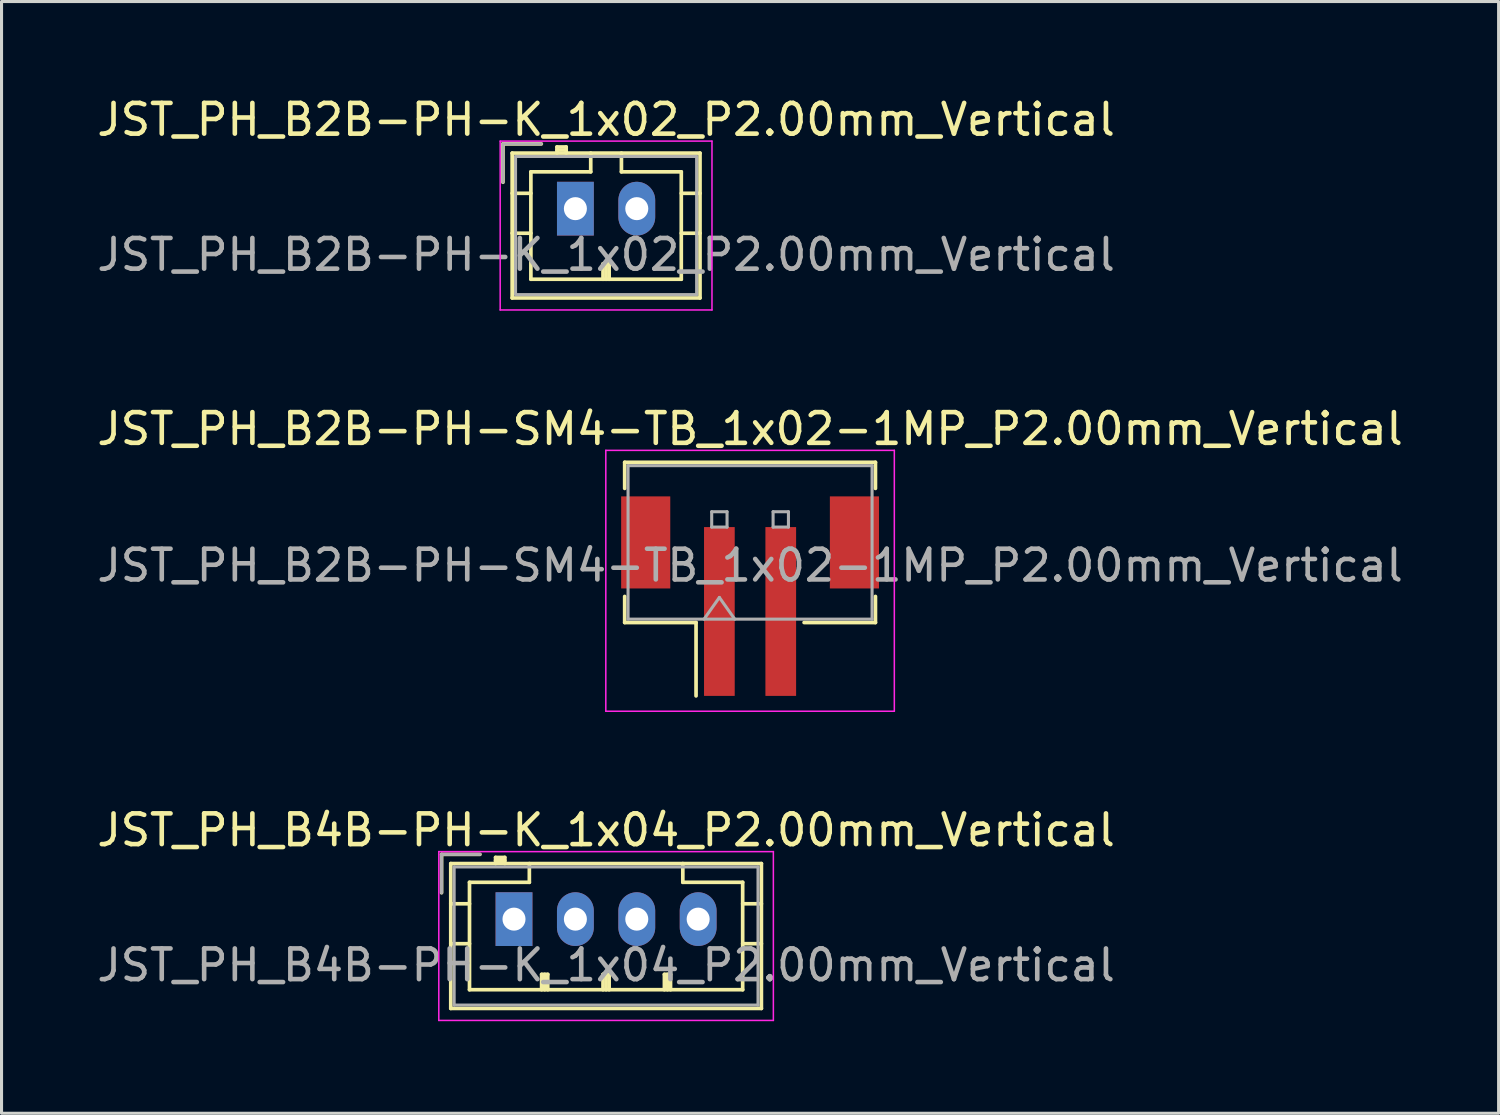
<source format=kicad_pcb>
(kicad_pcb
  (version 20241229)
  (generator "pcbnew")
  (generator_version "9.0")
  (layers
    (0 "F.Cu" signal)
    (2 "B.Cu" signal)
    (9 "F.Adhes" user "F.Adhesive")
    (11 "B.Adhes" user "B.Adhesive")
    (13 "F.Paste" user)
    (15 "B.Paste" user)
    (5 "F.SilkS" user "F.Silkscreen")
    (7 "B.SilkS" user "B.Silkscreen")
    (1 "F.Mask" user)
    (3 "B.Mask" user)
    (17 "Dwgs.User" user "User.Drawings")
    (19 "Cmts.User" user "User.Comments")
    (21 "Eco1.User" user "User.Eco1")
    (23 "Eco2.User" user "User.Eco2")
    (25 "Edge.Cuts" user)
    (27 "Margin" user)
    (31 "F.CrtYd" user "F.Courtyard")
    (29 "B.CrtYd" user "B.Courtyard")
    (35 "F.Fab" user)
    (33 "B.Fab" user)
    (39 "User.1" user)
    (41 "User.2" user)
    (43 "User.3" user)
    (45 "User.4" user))
  (footprint "JST_PH_B4B-PH-K_1x04_P2.00mm_Vertical"
    (layer "F.Cu")
    (at 13.696 26.895)
    (property "Reference" "JST_PH_B4B-PH-K_1x04_P2.00mm_Vertical" (at 3 -2.9 0) (layer "F.SilkS") (effects (font (size 1 1) (thickness 0.15))))
    (attr through_hole)
    (fp_line (start -2.36 -2.11) (end -2.36 -0.86) (stroke (width 0.12) (type solid)) (layer "F.SilkS"))
    (fp_line (start -2.06 -1.81) (end -2.06 2.91) (stroke (width 0.12) (type solid)) (layer "F.SilkS"))
    (fp_line (start -2.06 -0.5) (end -1.45 -0.5) (stroke (width 0.12) (type solid)) (layer "F.SilkS"))
    (fp_line (start -2.06 0.8) (end -1.45 0.8) (stroke (width 0.12) (type solid)) (layer "F.SilkS"))
    (fp_line (start -2.06 2.91) (end 8.06 2.91) (stroke (width 0.12) (type solid)) (layer "F.SilkS"))
    (fp_line (start -1.45 -1.2) (end -1.45 2.3) (stroke (width 0.12) (type solid)) (layer "F.SilkS"))
    (fp_line (start -1.45 2.3) (end 7.45 2.3) (stroke (width 0.12) (type solid)) (layer "F.SilkS"))
    (fp_line (start -1.11 -2.11) (end -2.36 -2.11) (stroke (width 0.12) (type solid)) (layer "F.SilkS"))
    (fp_line (start -0.6 -2.01) (end -0.6 -1.81) (stroke (width 0.12) (type solid)) (layer "F.SilkS"))
    (fp_line (start -0.3 -2.01) (end -0.6 -2.01) (stroke (width 0.12) (type solid)) (layer "F.SilkS"))
    (fp_line (start -0.3 -1.91) (end -0.6 -1.91) (stroke (width 0.12) (type solid)) (layer "F.SilkS"))
    (fp_line (start -0.3 -1.81) (end -0.3 -2.01) (stroke (width 0.12) (type solid)) (layer "F.SilkS"))
    (fp_line (start 0.5 -1.81) (end 0.5 -1.2) (stroke (width 0.12) (type solid)) (layer "F.SilkS"))
    (fp_line (start 0.5 -1.2) (end -1.45 -1.2) (stroke (width 0.12) (type solid)) (layer "F.SilkS"))
    (fp_line (start 0.9 1.8) (end 1.1 1.8) (stroke (width 0.12) (type solid)) (layer "F.SilkS"))
    (fp_line (start 0.9 2.3) (end 0.9 1.8) (stroke (width 0.12) (type solid)) (layer "F.SilkS"))
    (fp_line (start 1 2.3) (end 1 1.8) (stroke (width 0.12) (type solid)) (layer "F.SilkS"))
    (fp_line (start 1.1 1.8) (end 1.1 2.3) (stroke (width 0.12) (type solid)) (layer "F.SilkS"))
    (fp_line (start 2.9 1.8) (end 3.1 1.8) (stroke (width 0.12) (type solid)) (layer "F.SilkS"))
    (fp_line (start 2.9 2.3) (end 2.9 1.8) (stroke (width 0.12) (type solid)) (layer "F.SilkS"))
    (fp_line (start 3 2.3) (end 3 1.8) (stroke (width 0.12) (type solid)) (layer "F.SilkS"))
    (fp_line (start 3.1 1.8) (end 3.1 2.3) (stroke (width 0.12) (type solid)) (layer "F.SilkS"))
    (fp_line (start 4.9 1.8) (end 5.1 1.8) (stroke (width 0.12) (type solid)) (layer "F.SilkS"))
    (fp_line (start 4.9 2.3) (end 4.9 1.8) (stroke (width 0.12) (type solid)) (layer "F.SilkS"))
    (fp_line (start 5 2.3) (end 5 1.8) (stroke (width 0.12) (type solid)) (layer "F.SilkS"))
    (fp_line (start 5.1 1.8) (end 5.1 2.3) (stroke (width 0.12) (type solid)) (layer "F.SilkS"))
    (fp_line (start 5.5 -1.2) (end 5.5 -1.81) (stroke (width 0.12) (type solid)) (layer "F.SilkS"))
    (fp_line (start 7.45 -1.2) (end 5.5 -1.2) (stroke (width 0.12) (type solid)) (layer "F.SilkS"))
    (fp_line (start 7.45 2.3) (end 7.45 -1.2) (stroke (width 0.12) (type solid)) (layer "F.SilkS"))
    (fp_line (start 8.06 -1.81) (end -2.06 -1.81) (stroke (width 0.12) (type solid)) (layer "F.SilkS"))
    (fp_line (start 8.06 -0.5) (end 7.45 -0.5) (stroke (width 0.12) (type solid)) (layer "F.SilkS"))
    (fp_line (start 8.06 0.8) (end 7.45 0.8) (stroke (width 0.12) (type solid)) (layer "F.SilkS"))
    (fp_line (start 8.06 2.91) (end 8.06 -1.81) (stroke (width 0.12) (type solid)) (layer "F.SilkS"))
    (fp_line (start -2.45 -2.2) (end -2.45 3.3) (stroke (width 0.05) (type solid)) (layer "F.CrtYd"))
    (fp_line (start -2.45 3.3) (end 8.45 3.3) (stroke (width 0.05) (type solid)) (layer "F.CrtYd"))
    (fp_line (start 8.45 -2.2) (end -2.45 -2.2) (stroke (width 0.05) (type solid)) (layer "F.CrtYd"))
    (fp_line (start 8.45 3.3) (end 8.45 -2.2) (stroke (width 0.05) (type solid)) (layer "F.CrtYd"))
    (fp_line (start -2.36 -2.11) (end -2.36 -0.86) (stroke (width 0.1) (type solid)) (layer "F.Fab"))
    (fp_line (start -1.95 -1.7) (end -1.95 2.8) (stroke (width 0.1) (type solid)) (layer "F.Fab"))
    (fp_line (start -1.95 2.8) (end 7.95 2.8) (stroke (width 0.1) (type solid)) (layer "F.Fab"))
    (fp_line (start -1.11 -2.11) (end -2.36 -2.11) (stroke (width 0.1) (type solid)) (layer "F.Fab"))
    (fp_line (start 7.95 -1.7) (end -1.95 -1.7) (stroke (width 0.1) (type solid)) (layer "F.Fab"))
    (fp_line (start 7.95 2.8) (end 7.95 -1.7) (stroke (width 0.1) (type solid)) (layer "F.Fab"))
    (fp_text user "${REFERENCE}" (at 3 1.5 0) (layer "F.Fab") (effects (font (size 1 1) (thickness 0.15))))
    (pad "1" thru_hole rect (at 0 0) (size 1.2 1.75) (drill 0.75) (layers "*.Cu" "*.Mask"))
    (pad "2" thru_hole oval (at 2 0) (size 1.2 1.75) (drill 0.75) (layers "*.Cu" "*.Mask"))
    (pad "3" thru_hole oval (at 4 0) (size 1.2 1.75) (drill 0.75) (layers "*.Cu" "*.Mask"))
    (pad "4" thru_hole oval (at 6 0) (size 1.2 1.75) (drill 0.75) (layers "*.Cu" "*.Mask")))
  (footprint "JST_PH_B2B-PH-SM4-TB_1x02-1MP_P2.00mm_Vertical"
    (layer "F.Cu")
    (at 21.387 16.372)
    (property "Reference" "JST_PH_B2B-PH-SM4-TB_1x02-1MP_P2.00mm_Vertical" (at 0 -5.45 0) (layer "F.SilkS") (effects (font (size 1 1) (thickness 0.15))))
    (attr smd)
    (fp_line (start -4.085 -4.36) (end 4.085 -4.36) (stroke (width 0.12) (type solid)) (layer "F.SilkS"))
    (fp_line (start -4.085 -3.51) (end -4.085 -4.36) (stroke (width 0.12) (type solid)) (layer "F.SilkS"))
    (fp_line (start -4.085 0.01) (end -4.085 0.86) (stroke (width 0.12) (type solid)) (layer "F.SilkS"))
    (fp_line (start -4.085 0.86) (end -1.76 0.86) (stroke (width 0.12) (type solid)) (layer "F.SilkS"))
    (fp_line (start -1.76 0.86) (end -1.76 3.25) (stroke (width 0.12) (type solid)) (layer "F.SilkS"))
    (fp_line (start 4.085 -4.36) (end 4.085 -3.51) (stroke (width 0.12) (type solid)) (layer "F.SilkS"))
    (fp_line (start 4.085 0.01) (end 4.085 0.86) (stroke (width 0.12) (type solid)) (layer "F.SilkS"))
    (fp_line (start 4.085 0.86) (end 1.76 0.86) (stroke (width 0.12) (type solid)) (layer "F.SilkS"))
    (fp_line (start -4.7 -4.75) (end -4.7 3.75) (stroke (width 0.05) (type solid)) (layer "F.CrtYd"))
    (fp_line (start -4.7 3.75) (end 4.7 3.75) (stroke (width 0.05) (type solid)) (layer "F.CrtYd"))
    (fp_line (start 4.7 -4.75) (end -4.7 -4.75) (stroke (width 0.05) (type solid)) (layer "F.CrtYd"))
    (fp_line (start 4.7 3.75) (end 4.7 -4.75) (stroke (width 0.05) (type solid)) (layer "F.CrtYd"))
    (fp_line (start -3.975 -4.25) (end 3.975 -4.25) (stroke (width 0.1) (type solid)) (layer "F.Fab"))
    (fp_line (start -3.975 0.75) (end -3.975 -4.25) (stroke (width 0.1) (type solid)) (layer "F.Fab"))
    (fp_line (start -3.975 0.75) (end 3.975 0.75) (stroke (width 0.1) (type solid)) (layer "F.Fab"))
    (fp_line (start -1.5 0.75) (end -1 0.043) (stroke (width 0.1) (type solid)) (layer "F.Fab"))
    (fp_line (start -1.25 -2.75) (end -1.25 -2.25) (stroke (width 0.1) (type solid)) (layer "F.Fab"))
    (fp_line (start -1.25 -2.25) (end -0.75 -2.25) (stroke (width 0.1) (type solid)) (layer "F.Fab"))
    (fp_line (start -1 0.043) (end -0.5 0.75) (stroke (width 0.1) (type solid)) (layer "F.Fab"))
    (fp_line (start -0.75 -2.75) (end -1.25 -2.75) (stroke (width 0.1) (type solid)) (layer "F.Fab"))
    (fp_line (start -0.75 -2.25) (end -0.75 -2.75) (stroke (width 0.1) (type solid)) (layer "F.Fab"))
    (fp_line (start 0.75 -2.75) (end 0.75 -2.25) (stroke (width 0.1) (type solid)) (layer "F.Fab"))
    (fp_line (start 0.75 -2.25) (end 1.25 -2.25) (stroke (width 0.1) (type solid)) (layer "F.Fab"))
    (fp_line (start 1.25 -2.75) (end 0.75 -2.75) (stroke (width 0.1) (type solid)) (layer "F.Fab"))
    (fp_line (start 1.25 -2.25) (end 1.25 -2.75) (stroke (width 0.1) (type solid)) (layer "F.Fab"))
    (fp_line (start 3.975 0.75) (end 3.975 -4.25) (stroke (width 0.1) (type solid)) (layer "F.Fab"))
    (fp_text user "${REFERENCE}" (at 0 -1 0) (layer "F.Fab") (effects (font (size 1 1) (thickness 0.15))))
    (pad "1" smd rect (at -1 0.5) (size 1 5.5) (layers "F.Cu" "F.Mask" "F.Paste"))
    (pad "2" smd rect (at 1 0.5) (size 1 5.5) (layers "F.Cu" "F.Mask" "F.Paste"))
    (pad "MP" smd rect (at -3.4 -1.75) (size 1.6 3) (layers "F.Cu" "F.Mask" "F.Paste"))
    (pad "MP" smd rect (at 3.4 -1.75) (size 1.6 3) (layers "F.Cu" "F.Mask" "F.Paste")))
  (footprint "JST_PH_B2B-PH-K_1x02_P2.00mm_Vertical"
    (layer "F.Cu")
    (at 15.696 3.748)
    (property "Reference" "JST_PH_B2B-PH-K_1x02_P2.00mm_Vertical" (at 1 -2.9 0) (layer "F.SilkS") (effects (font (size 1 1) (thickness 0.15))))
    (attr through_hole)
    (fp_line (start -2.36 -2.11) (end -2.36 -0.86) (stroke (width 0.12) (type solid)) (layer "F.SilkS"))
    (fp_line (start -2.06 -1.81) (end -2.06 2.91) (stroke (width 0.12) (type solid)) (layer "F.SilkS"))
    (fp_line (start -2.06 -0.5) (end -1.45 -0.5) (stroke (width 0.12) (type solid)) (layer "F.SilkS"))
    (fp_line (start -2.06 0.8) (end -1.45 0.8) (stroke (width 0.12) (type solid)) (layer "F.SilkS"))
    (fp_line (start -2.06 2.91) (end 4.06 2.91) (stroke (width 0.12) (type solid)) (layer "F.SilkS"))
    (fp_line (start -1.45 -1.2) (end -1.45 2.3) (stroke (width 0.12) (type solid)) (layer "F.SilkS"))
    (fp_line (start -1.45 2.3) (end 3.45 2.3) (stroke (width 0.12) (type solid)) (layer "F.SilkS"))
    (fp_line (start -1.11 -2.11) (end -2.36 -2.11) (stroke (width 0.12) (type solid)) (layer "F.SilkS"))
    (fp_line (start -0.6 -2.01) (end -0.6 -1.81) (stroke (width 0.12) (type solid)) (layer "F.SilkS"))
    (fp_line (start -0.3 -2.01) (end -0.6 -2.01) (stroke (width 0.12) (type solid)) (layer "F.SilkS"))
    (fp_line (start -0.3 -1.91) (end -0.6 -1.91) (stroke (width 0.12) (type solid)) (layer "F.SilkS"))
    (fp_line (start -0.3 -1.81) (end -0.3 -2.01) (stroke (width 0.12) (type solid)) (layer "F.SilkS"))
    (fp_line (start 0.5 -1.81) (end 0.5 -1.2) (stroke (width 0.12) (type solid)) (layer "F.SilkS"))
    (fp_line (start 0.5 -1.2) (end -1.45 -1.2) (stroke (width 0.12) (type solid)) (layer "F.SilkS"))
    (fp_line (start 0.9 1.8) (end 1.1 1.8) (stroke (width 0.12) (type solid)) (layer "F.SilkS"))
    (fp_line (start 0.9 2.3) (end 0.9 1.8) (stroke (width 0.12) (type solid)) (layer "F.SilkS"))
    (fp_line (start 1 2.3) (end 1 1.8) (stroke (width 0.12) (type solid)) (layer "F.SilkS"))
    (fp_line (start 1.1 1.8) (end 1.1 2.3) (stroke (width 0.12) (type solid)) (layer "F.SilkS"))
    (fp_line (start 1.5 -1.2) (end 1.5 -1.81) (stroke (width 0.12) (type solid)) (layer "F.SilkS"))
    (fp_line (start 3.45 -1.2) (end 1.5 -1.2) (stroke (width 0.12) (type solid)) (layer "F.SilkS"))
    (fp_line (start 3.45 2.3) (end 3.45 -1.2) (stroke (width 0.12) (type solid)) (layer "F.SilkS"))
    (fp_line (start 4.06 -1.81) (end -2.06 -1.81) (stroke (width 0.12) (type solid)) (layer "F.SilkS"))
    (fp_line (start 4.06 -0.5) (end 3.45 -0.5) (stroke (width 0.12) (type solid)) (layer "F.SilkS"))
    (fp_line (start 4.06 0.8) (end 3.45 0.8) (stroke (width 0.12) (type solid)) (layer "F.SilkS"))
    (fp_line (start 4.06 2.91) (end 4.06 -1.81) (stroke (width 0.12) (type solid)) (layer "F.SilkS"))
    (fp_line (start -2.45 -2.2) (end -2.45 3.3) (stroke (width 0.05) (type solid)) (layer "F.CrtYd"))
    (fp_line (start -2.45 3.3) (end 4.45 3.3) (stroke (width 0.05) (type solid)) (layer "F.CrtYd"))
    (fp_line (start 4.45 -2.2) (end -2.45 -2.2) (stroke (width 0.05) (type solid)) (layer "F.CrtYd"))
    (fp_line (start 4.45 3.3) (end 4.45 -2.2) (stroke (width 0.05) (type solid)) (layer "F.CrtYd"))
    (fp_line (start -2.36 -2.11) (end -2.36 -0.86) (stroke (width 0.1) (type solid)) (layer "F.Fab"))
    (fp_line (start -1.95 -1.7) (end -1.95 2.8) (stroke (width 0.1) (type solid)) (layer "F.Fab"))
    (fp_line (start -1.95 2.8) (end 3.95 2.8) (stroke (width 0.1) (type solid)) (layer "F.Fab"))
    (fp_line (start -1.11 -2.11) (end -2.36 -2.11) (stroke (width 0.1) (type solid)) (layer "F.Fab"))
    (fp_line (start 3.95 -1.7) (end -1.95 -1.7) (stroke (width 0.1) (type solid)) (layer "F.Fab"))
    (fp_line (start 3.95 2.8) (end 3.95 -1.7) (stroke (width 0.1) (type solid)) (layer "F.Fab"))
    (fp_text user "${REFERENCE}" (at 1 1.5 0) (layer "F.Fab") (effects (font (size 1 1) (thickness 0.15))))
    (pad "1" thru_hole rect (at 0 0) (size 1.2 1.75) (drill 0.75) (layers "*.Cu" "*.Mask"))
    (pad "2" thru_hole oval (at 2 0) (size 1.2 1.75) (drill 0.75) (layers "*.Cu" "*.Mask")))
  (gr_rect
    (start -3 -3)
    (end 45.774 33.22)
    (stroke (width 0.1) (type default))
    (fill no)
    (layer "Edge.Cuts")))
</source>
